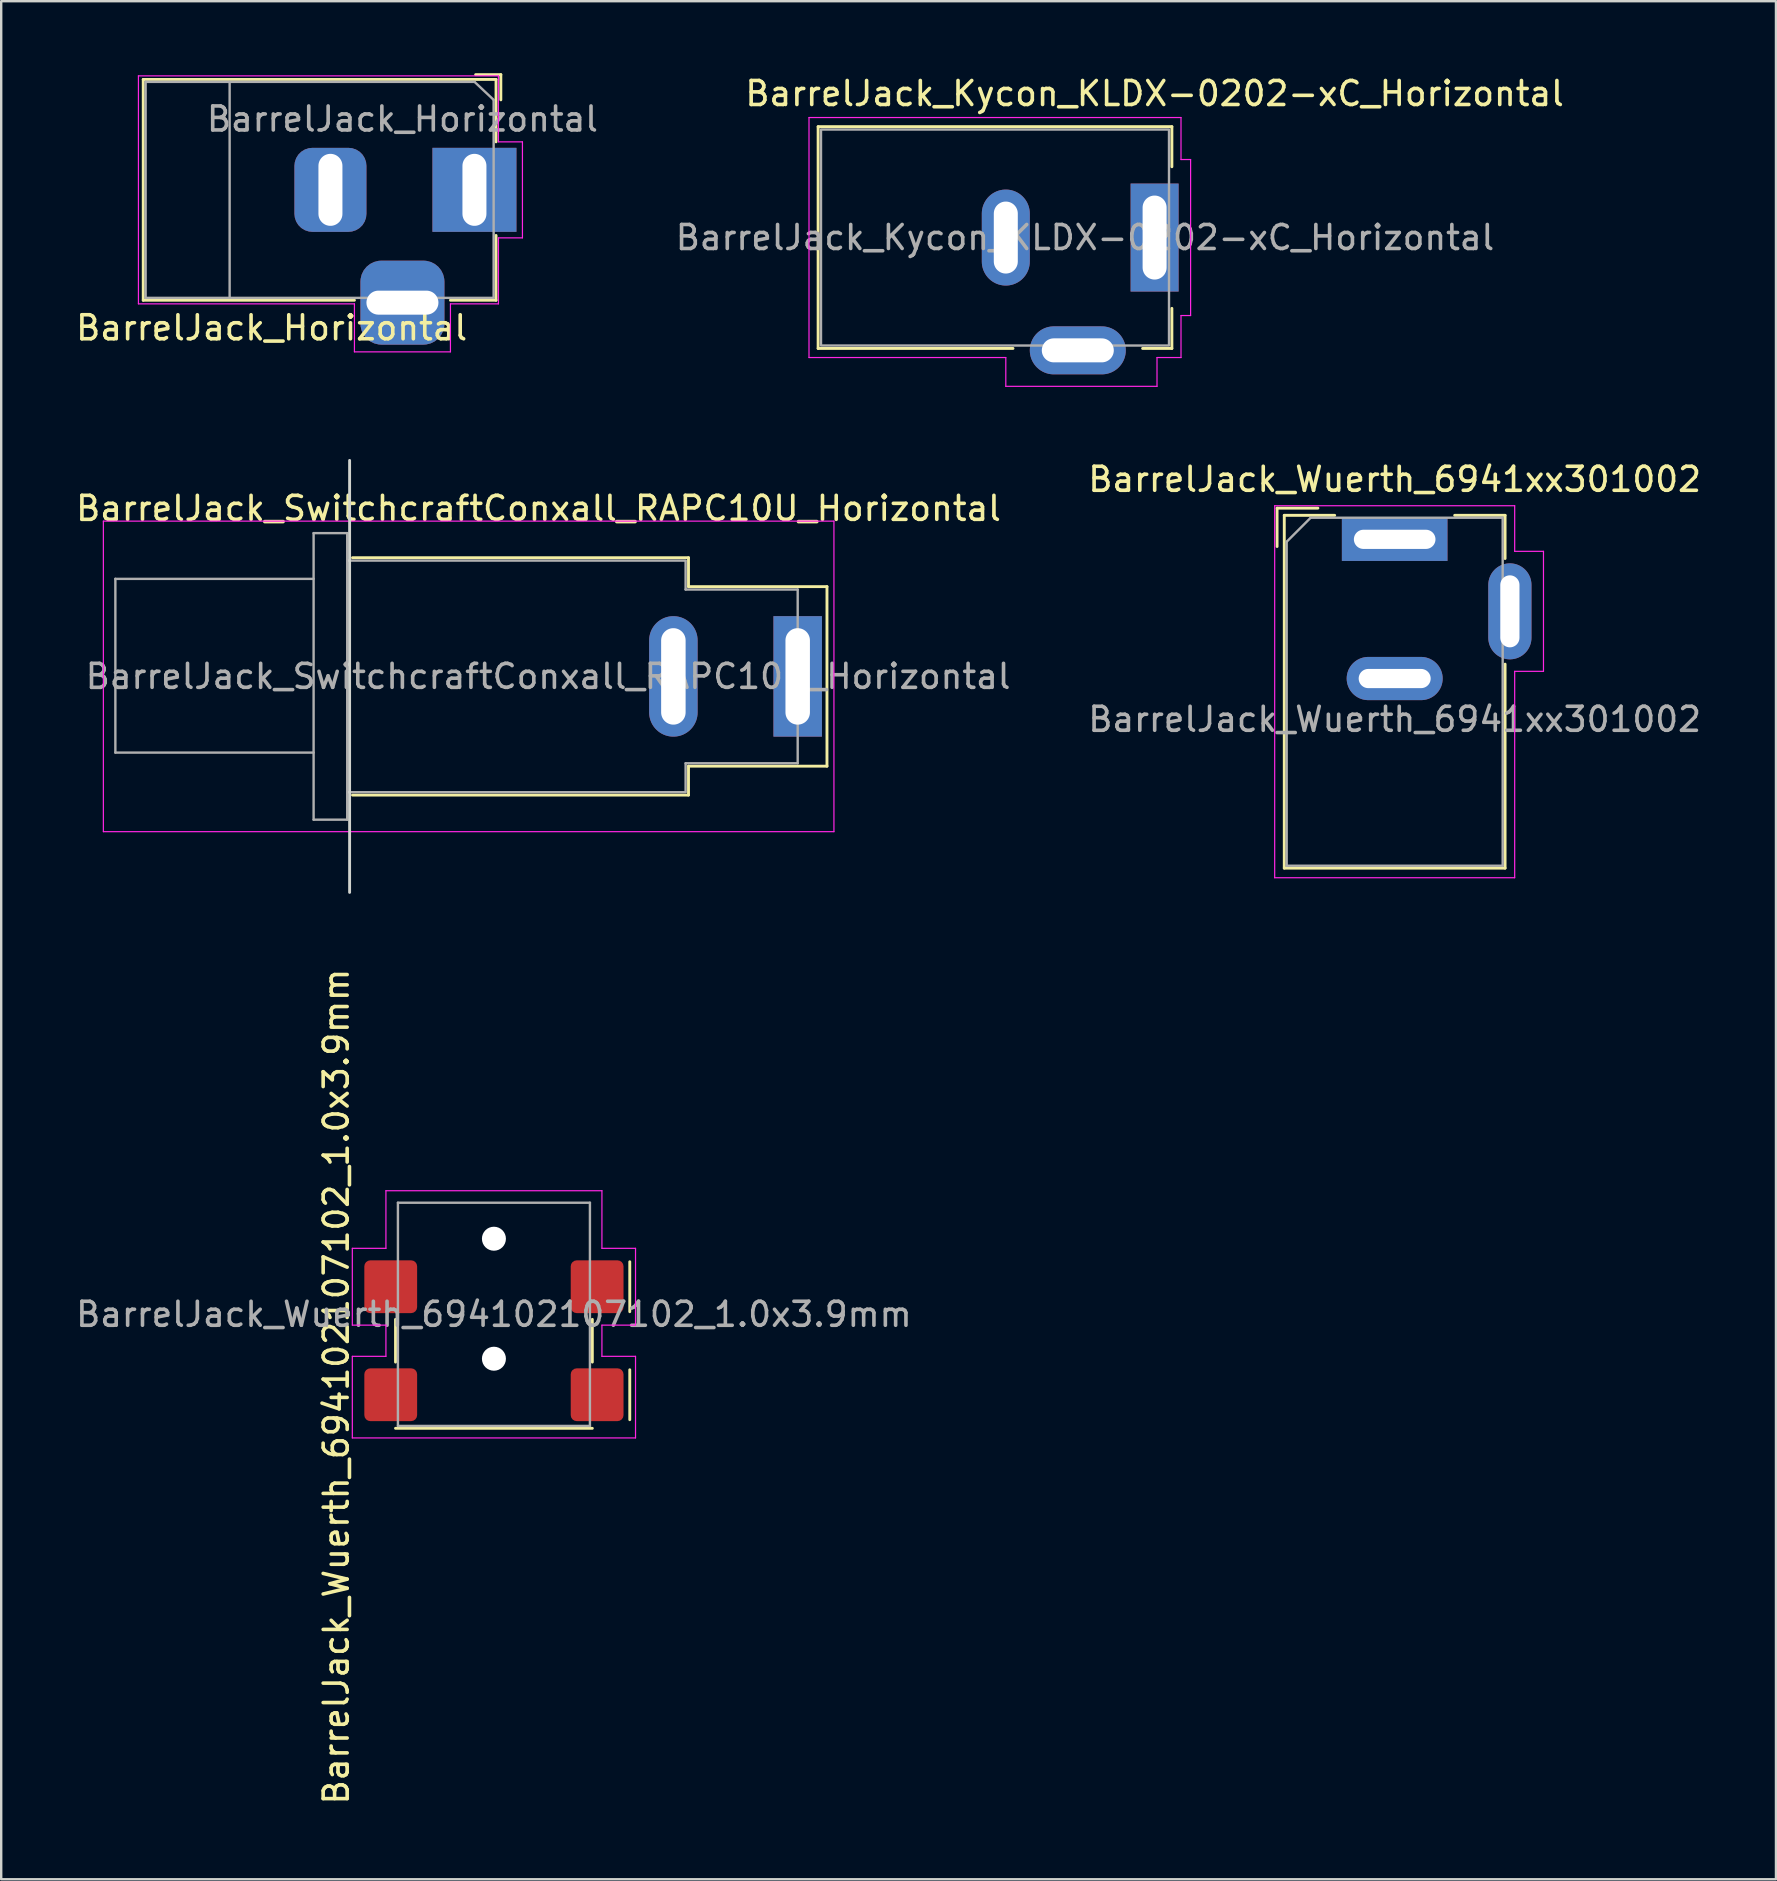
<source format=kicad_pcb>
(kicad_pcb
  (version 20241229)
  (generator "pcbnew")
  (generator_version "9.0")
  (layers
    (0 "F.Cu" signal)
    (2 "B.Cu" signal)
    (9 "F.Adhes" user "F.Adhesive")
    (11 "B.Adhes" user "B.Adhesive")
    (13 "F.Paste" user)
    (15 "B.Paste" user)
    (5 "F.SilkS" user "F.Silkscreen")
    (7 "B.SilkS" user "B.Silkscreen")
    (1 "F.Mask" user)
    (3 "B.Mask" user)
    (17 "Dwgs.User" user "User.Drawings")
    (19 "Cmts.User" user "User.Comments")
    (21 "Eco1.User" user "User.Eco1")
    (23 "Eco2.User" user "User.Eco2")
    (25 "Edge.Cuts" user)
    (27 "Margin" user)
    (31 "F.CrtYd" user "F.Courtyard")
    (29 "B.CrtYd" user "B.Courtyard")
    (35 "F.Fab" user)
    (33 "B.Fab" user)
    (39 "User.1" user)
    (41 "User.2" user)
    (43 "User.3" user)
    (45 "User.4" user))
  (footprint "BarrelJack_Wuerth_694102107102_1.0x3.9mm"
    (layer "F.Cu")
    (at 17.53 51.713)
    (property "Reference" "BarrelJack_Wuerth_694102107102_1.0x3.9mm" (at -6.57 3.01 90) (layer "F.SilkS") (effects (font (size 1 1) (thickness 0.15))))
    (attr smd)
    (fp_line (start -4.1 1.99) (end -4.1 0.21) (stroke (width 0.12) (type solid)) (layer "F.SilkS"))
    (fp_line (start 4.1 1.99) (end 4.1 0.21) (stroke (width 0.12) (type solid)) (layer "F.SilkS"))
    (fp_line (start 4.1 4.75) (end -4.1 4.75) (stroke (width 0.12) (type solid)) (layer "F.SilkS"))
    (fp_line (start 5.66 -0.11) (end 5.66 -2.19) (stroke (width 0.12) (type solid)) (layer "F.SilkS"))
    (fp_line (start 5.66 4.39) (end 5.66 2.31) (stroke (width 0.12) (type solid)) (layer "F.SilkS"))
    (fp_line (start -5.9 -2.75) (end -5.9 0.45) (stroke (width 0.05) (type default)) (layer "F.CrtYd"))
    (fp_line (start -5.9 -2.75) (end -4.5 -2.75) (stroke (width 0.05) (type default)) (layer "F.CrtYd"))
    (fp_line (start -5.9 1.75) (end -4.5 1.75) (stroke (width 0.05) (type solid)) (layer "F.CrtYd"))
    (fp_line (start -5.9 5.15) (end -5.9 1.75) (stroke (width 0.05) (type solid)) (layer "F.CrtYd"))
    (fp_line (start -4.5 -5.15) (end 4.5 -5.15) (stroke (width 0.05) (type solid)) (layer "F.CrtYd"))
    (fp_line (start -4.5 -2.75) (end -4.5 -5.15) (stroke (width 0.05) (type default)) (layer "F.CrtYd"))
    (fp_line (start -4.5 0.45) (end -5.9 0.45) (stroke (width 0.05) (type solid)) (layer "F.CrtYd"))
    (fp_line (start -4.5 1.75) (end -4.5 0.45) (stroke (width 0.05) (type default)) (layer "F.CrtYd"))
    (fp_line (start 4.5 -2.75) (end 4.5 -5.15) (stroke (width 0.05) (type default)) (layer "F.CrtYd"))
    (fp_line (start 4.5 0.45) (end 4.5 1.75) (stroke (width 0.05) (type default)) (layer "F.CrtYd"))
    (fp_line (start 4.5 1.75) (end 5.9 1.75) (stroke (width 0.05) (type solid)) (layer "F.CrtYd"))
    (fp_line (start 5.9 -2.75) (end 4.5 -2.75) (stroke (width 0.05) (type default)) (layer "F.CrtYd"))
    (fp_line (start 5.9 -2.75) (end 5.9 0.45) (stroke (width 0.05) (type solid)) (layer "F.CrtYd"))
    (fp_line (start 5.9 0.45) (end 4.5 0.45) (stroke (width 0.05) (type solid)) (layer "F.CrtYd"))
    (fp_line (start 5.9 1.75) (end 5.9 5.15) (stroke (width 0.05) (type solid)) (layer "F.CrtYd"))
    (fp_line (start 5.9 5.15) (end -5.9 5.15) (stroke (width 0.05) (type solid)) (layer "F.CrtYd"))
    (fp_line (start -4 4.65) (end -4 -4.65) (stroke (width 0.1) (type solid)) (layer "F.Fab"))
    (fp_line (start -4 4.65) (end 4 4.65) (stroke (width 0.1) (type solid)) (layer "F.Fab"))
    (fp_line (start 4 -4.65) (end -4 -4.65) (stroke (width 0.1) (type solid)) (layer "F.Fab"))
    (fp_line (start 4 4.65) (end 4 -4.65) (stroke (width 0.1) (type solid)) (layer "F.Fab"))
    (fp_text user "${REFERENCE}" (at 0 0 180) (layer "F.Fab") (effects (font (size 1 1) (thickness 0.15))))
    (pad "" np_thru_hole circle (at 0 -3.15 180) (size 1 1) (drill 1) (layers "*.Cu" "*.Mask"))
    (pad "" np_thru_hole circle (at 0 1.85 180) (size 1 1) (drill 1) (layers "*.Cu" "*.Mask"))
    (pad "1" smd roundrect (at 4.3 -1.15 270) (size 2.2 2.2) (layers "F.Cu" "F.Mask" "F.Paste") (roundrect_rratio 0.114))
    (pad "1" smd roundrect (at 4.3 3.35 270) (size 2.2 2.2) (layers "F.Cu" "F.Mask" "F.Paste") (roundrect_rratio 0.114))
    (pad "2" smd roundrect (at -4.3 -1.15 270) (size 2.2 2.2) (layers "F.Cu" "F.Mask" "F.Paste") (roundrect_rratio 0.114))
    (pad "3" smd roundrect (at -4.3 3.35 270) (size 2.2 2.2) (layers "F.Cu" "F.Mask" "F.Paste") (roundrect_rratio 0.114)))
  (footprint "BarrelJack_Wuerth_6941xx301002"
    (layer "F.Cu")
    (at 55.061 19.422)
    (property "Reference" "BarrelJack_Wuerth_6941xx301002" (at 0 -2.5 0) (layer "F.SilkS") (effects (font (size 1 1) (thickness 0.15))))
    (attr through_hole)
    (fp_line (start -4.9 -1.3) (end -4.9 0.3) (stroke (width 0.12) (type solid)) (layer "F.SilkS"))
    (fp_line (start -4.6 -1) (end -2.5 -1) (stroke (width 0.12) (type solid)) (layer "F.SilkS"))
    (fp_line (start -4.6 13.7) (end -4.6 -1) (stroke (width 0.12) (type solid)) (layer "F.SilkS"))
    (fp_line (start -3.2 -1.3) (end -4.9 -1.3) (stroke (width 0.12) (type solid)) (layer "F.SilkS"))
    (fp_line (start 2.5 -1) (end 4.6 -1) (stroke (width 0.12) (type solid)) (layer "F.SilkS"))
    (fp_line (start 4.6 -1) (end 4.6 0.8) (stroke (width 0.12) (type solid)) (layer "F.SilkS"))
    (fp_line (start 4.6 5.2) (end 4.6 13.7) (stroke (width 0.12) (type solid)) (layer "F.SilkS"))
    (fp_line (start 4.6 13.7) (end -4.6 13.7) (stroke (width 0.12) (type solid)) (layer "F.SilkS"))
    (fp_line (start -5 -1.4) (end -5 14.1) (stroke (width 0.05) (type solid)) (layer "F.CrtYd"))
    (fp_line (start -5 14.1) (end 5 14.1) (stroke (width 0.05) (type solid)) (layer "F.CrtYd"))
    (fp_line (start 5 -1.4) (end -5 -1.4) (stroke (width 0.05) (type solid)) (layer "F.CrtYd"))
    (fp_line (start 5 0.5) (end 5 -1.4) (stroke (width 0.05) (type solid)) (layer "F.CrtYd"))
    (fp_line (start 5 14.1) (end 5 5.5) (stroke (width 0.05) (type solid)) (layer "F.CrtYd"))
    (fp_line (start 6.2 0.5) (end 5 0.5) (stroke (width 0.05) (type solid)) (layer "F.CrtYd"))
    (fp_line (start 6.2 0.5) (end 6.2 5.5) (stroke (width 0.05) (type solid)) (layer "F.CrtYd"))
    (fp_line (start 6.2 5.5) (end 5 5.5) (stroke (width 0.05) (type solid)) (layer "F.CrtYd"))
    (fp_line (start -4.5 0.1) (end -3.5 -0.9) (stroke (width 0.1) (type solid)) (layer "F.Fab"))
    (fp_line (start -4.5 13.6) (end -4.5 0.1) (stroke (width 0.1) (type solid)) (layer "F.Fab"))
    (fp_line (start 4.5 -0.9) (end -3.5 -0.9) (stroke (width 0.1) (type solid)) (layer "F.Fab"))
    (fp_line (start 4.5 -0.9) (end 4.5 13.6) (stroke (width 0.1) (type solid)) (layer "F.Fab"))
    (fp_line (start 4.5 13.6) (end -4.5 13.6) (stroke (width 0.1) (type solid)) (layer "F.Fab"))
    (fp_text user "${REFERENCE}" (at 0 7.5 0) (layer "F.Fab") (effects (font (size 1 1) (thickness 0.15))))
    (pad "1" thru_hole rect (at 0 0) (size 4.4 1.8) (drill oval 3.4 0.8) (layers "*.Cu" "*.Mask"))
    (pad "2" thru_hole oval (at 0 5.8) (size 4 1.8) (drill oval 3 0.8) (layers "*.Cu" "*.Mask"))
    (pad "3" thru_hole oval (at 4.8 3 90) (size 4 1.8) (drill oval 3 0.8) (layers "*.Cu" "*.Mask")))
  (footprint "BarrelJack_SwitchcraftConxall_RAPC10U_Horizontal"
    (layer "F.Cu")
    (at 30.187 25.133)
    (property "Reference" "BarrelJack_SwitchcraftConxall_RAPC10U_Horizontal" (at -10.8 -7 0) (layer "F.SilkS") (effects (font (size 1 1) (thickness 0.15))))
    (attr through_hole)
    (fp_line (start -18.55 4.945) (end -4.55 4.945) (stroke (width 0.12) (type solid)) (layer "F.SilkS"))
    (fp_line (start -4.55 -4.945) (end -18.55 -4.945) (stroke (width 0.12) (type solid)) (layer "F.SilkS"))
    (fp_line (start -4.55 -3.74) (end -4.55 -4.945) (stroke (width 0.12) (type solid)) (layer "F.SilkS"))
    (fp_line (start -4.55 3.74) (end 1.22 3.74) (stroke (width 0.12) (type solid)) (layer "F.SilkS"))
    (fp_line (start -4.55 4.945) (end -4.55 3.74) (stroke (width 0.12) (type solid)) (layer "F.SilkS"))
    (fp_line (start 1.22 -3.74) (end -4.55 -3.74) (stroke (width 0.12) (type solid)) (layer "F.SilkS"))
    (fp_line (start 1.22 3.74) (end 1.22 -3.74) (stroke (width 0.12) (type solid)) (layer "F.SilkS"))
    (fp_line (start -18.67 -9) (end -18.67 9) (stroke (width 0.12) (type solid)) (layer "Edge.Cuts"))
    (fp_line (start -28.93 -6.47) (end 1.51 -6.47) (stroke (width 0.05) (type solid)) (layer "F.CrtYd"))
    (fp_line (start -28.93 6.47) (end -28.93 -6.47) (stroke (width 0.05) (type solid)) (layer "F.CrtYd"))
    (fp_line (start 1.51 -6.47) (end 1.51 6.47) (stroke (width 0.05) (type solid)) (layer "F.CrtYd"))
    (fp_line (start 1.51 6.47) (end -28.93 6.47) (stroke (width 0.05) (type solid)) (layer "F.CrtYd"))
    (fp_line (start -28.43 -4.065) (end -28.43 3.175) (stroke (width 0.1) (type solid)) (layer "F.Fab"))
    (fp_line (start -28.43 3.175) (end -20.17 3.175) (stroke (width 0.1) (type solid)) (layer "F.Fab"))
    (fp_line (start -20.17 -5.97) (end -20.17 5.97) (stroke (width 0.1) (type solid)) (layer "F.Fab"))
    (fp_line (start -20.17 -5.97) (end -18.77 -5.97) (stroke (width 0.1) (type solid)) (layer "F.Fab"))
    (fp_line (start -20.17 -4.065) (end -28.43 -4.065) (stroke (width 0.1) (type solid)) (layer "F.Fab"))
    (fp_line (start -20.17 5.97) (end -18.77 5.97) (stroke (width 0.1) (type solid)) (layer "F.Fab"))
    (fp_line (start -18.77 -5.97) (end -18.77 5.97) (stroke (width 0.1) (type solid)) (layer "F.Fab"))
    (fp_line (start -18.77 -4.825) (end -4.67 -4.825) (stroke (width 0.1) (type solid)) (layer "F.Fab"))
    (fp_line (start -18.77 4.825) (end -4.67 4.825) (stroke (width 0.1) (type solid)) (layer "F.Fab"))
    (fp_line (start -4.67 -3.62) (end -4.67 -4.8) (stroke (width 0.1) (type solid)) (layer "F.Fab"))
    (fp_line (start -4.67 3.62) (end 0 3.62) (stroke (width 0.1) (type solid)) (layer "F.Fab"))
    (fp_line (start -4.67 4.8) (end -4.67 3.62) (stroke (width 0.1) (type solid)) (layer "F.Fab"))
    (fp_line (start 0 -3.62) (end -4.67 -3.62) (stroke (width 0.1) (type solid)) (layer "F.Fab"))
    (fp_line (start 0 3.62) (end 0 -3.62) (stroke (width 0.1) (type solid)) (layer "F.Fab"))
    (fp_text user "${REFERENCE}" (at -10.4 0 0) (layer "F.Fab") (effects (font (size 1 1) (thickness 0.15))))
    (pad "1" thru_hole rect (at 0 0) (size 2.02 5.02) (drill oval 1.02 4.02) (layers "*.Cu" "*.Mask"))
    (pad "2" thru_hole oval (at -5.18 0) (size 2.02 5.02) (drill oval 1.02 4.02) (layers "*.Cu" "*.Mask")))
  (footprint "BarrelJack_Kycon_KLDX-0202-xC_Horizontal"
    (layer "F.Cu")
    (at 45.058 6.848)
    (property "Reference" "BarrelJack_Kycon_KLDX-0202-xC_Horizontal" (at 0 -6 0) (unlocked yes) (layer "F.SilkS") (effects (font (size 1 1) (thickness 0.15))))
    (attr through_hole)
    (fp_line (start -14.02 -4.62) (end -14.02 4.62) (stroke (width 0.12) (type solid)) (layer "F.SilkS"))
    (fp_line (start -14.02 4.62) (end -5.9 4.62) (stroke (width 0.12) (type solid)) (layer "F.SilkS"))
    (fp_line (start -0.5 4.62) (end 0.72 4.62) (stroke (width 0.12) (type solid)) (layer "F.SilkS"))
    (fp_line (start 0.72 -4.62) (end -14.02 -4.62) (stroke (width 0.12) (type solid)) (layer "F.SilkS"))
    (fp_line (start 0.72 -2.95) (end 0.72 -4.62) (stroke (width 0.12) (type solid)) (layer "F.SilkS"))
    (fp_line (start 0.72 4.62) (end 0.72 2.95) (stroke (width 0.12) (type solid)) (layer "F.SilkS"))
    (fp_line (start -14.4 -5) (end 1.1 -5) (stroke (width 0.05) (type solid)) (layer "F.CrtYd"))
    (fp_line (start -14.4 5) (end -14.4 -5) (stroke (width 0.05) (type solid)) (layer "F.CrtYd"))
    (fp_line (start -6.2 5) (end -14.4 5) (stroke (width 0.05) (type solid)) (layer "F.CrtYd"))
    (fp_line (start -6.2 6.2) (end -6.2 5) (stroke (width 0.05) (type solid)) (layer "F.CrtYd"))
    (fp_line (start 0.1 5) (end 0.1 6.2) (stroke (width 0.05) (type solid)) (layer "F.CrtYd"))
    (fp_line (start 0.1 6.2) (end -6.2 6.2) (stroke (width 0.05) (type solid)) (layer "F.CrtYd"))
    (fp_line (start 1.1 -5) (end 1.1 -3.25) (stroke (width 0.05) (type solid)) (layer "F.CrtYd"))
    (fp_line (start 1.1 -3.25) (end 1.5 -3.25) (stroke (width 0.05) (type solid)) (layer "F.CrtYd"))
    (fp_line (start 1.1 3.25) (end 1.1 5) (stroke (width 0.05) (type solid)) (layer "F.CrtYd"))
    (fp_line (start 1.1 5) (end 0.1 5) (stroke (width 0.05) (type solid)) (layer "F.CrtYd"))
    (fp_line (start 1.5 -3.25) (end 1.5 3.25) (stroke (width 0.05) (type solid)) (layer "F.CrtYd"))
    (fp_line (start 1.5 3.25) (end 1.1 3.25) (stroke (width 0.05) (type solid)) (layer "F.CrtYd"))
    (fp_rect (start -13.9 -4.5) (end 0.6 4.5) (stroke (width 0.1) (type solid)) (fill no) (layer "F.Fab"))
    (fp_text user "${REFERENCE}" (at -2.9 0 0) (unlocked yes) (layer "F.Fab") (effects (font (size 1 1) (thickness 0.15))))
    (pad "1" thru_hole rect (at 0 0) (size 2 4.5) (drill oval 1 3.5) (layers "*.Cu" "*.Mask"))
    (pad "2" thru_hole oval (at -6.2 0) (size 2 4) (drill oval 1 3) (layers "*.Cu" "*.Mask"))
    (pad "3" thru_hole oval (at -3.2 4.7 90) (size 2 4) (drill oval 1 3) (layers "*.Cu" "*.Mask")))
  (footprint "BarrelJack_Horizontal"
    (layer "F.Cu")
    (at 16.718 4.86)
    (property "Reference" "BarrelJack_Horizontal" (at -8.45 5.75 0) (layer "F.SilkS") (effects (font (size 1 1) (thickness 0.15))))
    (attr through_hole)
    (fp_line (start -13.8 -4.6) (end 0.9 -4.6) (stroke (width 0.12) (type solid)) (layer "F.SilkS"))
    (fp_line (start -13.8 4.6) (end -13.8 -4.6) (stroke (width 0.12) (type solid)) (layer "F.SilkS"))
    (fp_line (start -5 4.6) (end -13.8 4.6) (stroke (width 0.12) (type solid)) (layer "F.SilkS"))
    (fp_line (start 0.05 -4.8) (end 1.1 -4.8) (stroke (width 0.12) (type solid)) (layer "F.SilkS"))
    (fp_line (start 0.9 -4.6) (end 0.9 -2) (stroke (width 0.12) (type solid)) (layer "F.SilkS"))
    (fp_line (start 0.9 1.9) (end 0.9 4.6) (stroke (width 0.12) (type solid)) (layer "F.SilkS"))
    (fp_line (start 0.9 4.6) (end -1 4.6) (stroke (width 0.12) (type solid)) (layer "F.SilkS"))
    (fp_line (start 1.1 -3.75) (end 1.1 -4.8) (stroke (width 0.12) (type solid)) (layer "F.SilkS"))
    (fp_line (start -14 4.75) (end -14 -4.75) (stroke (width 0.05) (type solid)) (layer "F.CrtYd"))
    (fp_line (start -5 4.75) (end -14 4.75) (stroke (width 0.05) (type solid)) (layer "F.CrtYd"))
    (fp_line (start -5 6.75) (end -5 4.75) (stroke (width 0.05) (type solid)) (layer "F.CrtYd"))
    (fp_line (start -1 4.75) (end -1 6.75) (stroke (width 0.05) (type solid)) (layer "F.CrtYd"))
    (fp_line (start -1 6.75) (end -5 6.75) (stroke (width 0.05) (type solid)) (layer "F.CrtYd"))
    (fp_line (start 1 -4.75) (end -14 -4.75) (stroke (width 0.05) (type solid)) (layer "F.CrtYd"))
    (fp_line (start 1 -4.5) (end 1 -4.75) (stroke (width 0.05) (type solid)) (layer "F.CrtYd"))
    (fp_line (start 1 -4.5) (end 1 -2) (stroke (width 0.05) (type solid)) (layer "F.CrtYd"))
    (fp_line (start 1 -2) (end 2 -2) (stroke (width 0.05) (type solid)) (layer "F.CrtYd"))
    (fp_line (start 1 2) (end 1 4.75) (stroke (width 0.05) (type solid)) (layer "F.CrtYd"))
    (fp_line (start 1 4.75) (end -1 4.75) (stroke (width 0.05) (type solid)) (layer "F.CrtYd"))
    (fp_line (start 2 -2) (end 2 2) (stroke (width 0.05) (type solid)) (layer "F.CrtYd"))
    (fp_line (start 2 2) (end 1 2) (stroke (width 0.05) (type solid)) (layer "F.CrtYd"))
    (fp_line (start -13.7 -4.5) (end -13.7 4.5) (stroke (width 0.1) (type solid)) (layer "F.Fab"))
    (fp_line (start -13.7 4.5) (end 0.8 4.5) (stroke (width 0.1) (type solid)) (layer "F.Fab"))
    (fp_line (start -10.2 -4.5) (end -10.2 4.5) (stroke (width 0.1) (type solid)) (layer "F.Fab"))
    (fp_line (start -0.003 -4.505) (end 0.8 -3.75) (stroke (width 0.1) (type solid)) (layer "F.Fab"))
    (fp_line (start 0 -4.5) (end -13.7 -4.5) (stroke (width 0.1) (type solid)) (layer "F.Fab"))
    (fp_line (start 0.8 4.5) (end 0.8 -3.75) (stroke (width 0.1) (type solid)) (layer "F.Fab"))
    (fp_text user "${REFERENCE}" (at -3 -2.95 0) (layer "F.Fab") (effects (font (size 1 1) (thickness 0.15))))
    (pad "1" thru_hole rect (at 0 0) (size 3.5 3.5) (drill oval 1 3) (layers "*.Cu" "*.Mask"))
    (pad "2" thru_hole roundrect (at -6 0) (size 3 3.5) (drill oval 1 3) (layers "*.Cu" "*.Mask") (roundrect_rratio 0.25))
    (pad "3" thru_hole roundrect (at -3 4.7) (size 3.5 3.5) (drill oval 3 1) (layers "*.Cu" "*.Mask") (roundrect_rratio 0.25)))
  (gr_rect
    (start -3 -3)
    (end 70.948 75.253)
    (stroke (width 0.1) (type default))
    (fill no)
    (layer "Edge.Cuts")))
</source>
